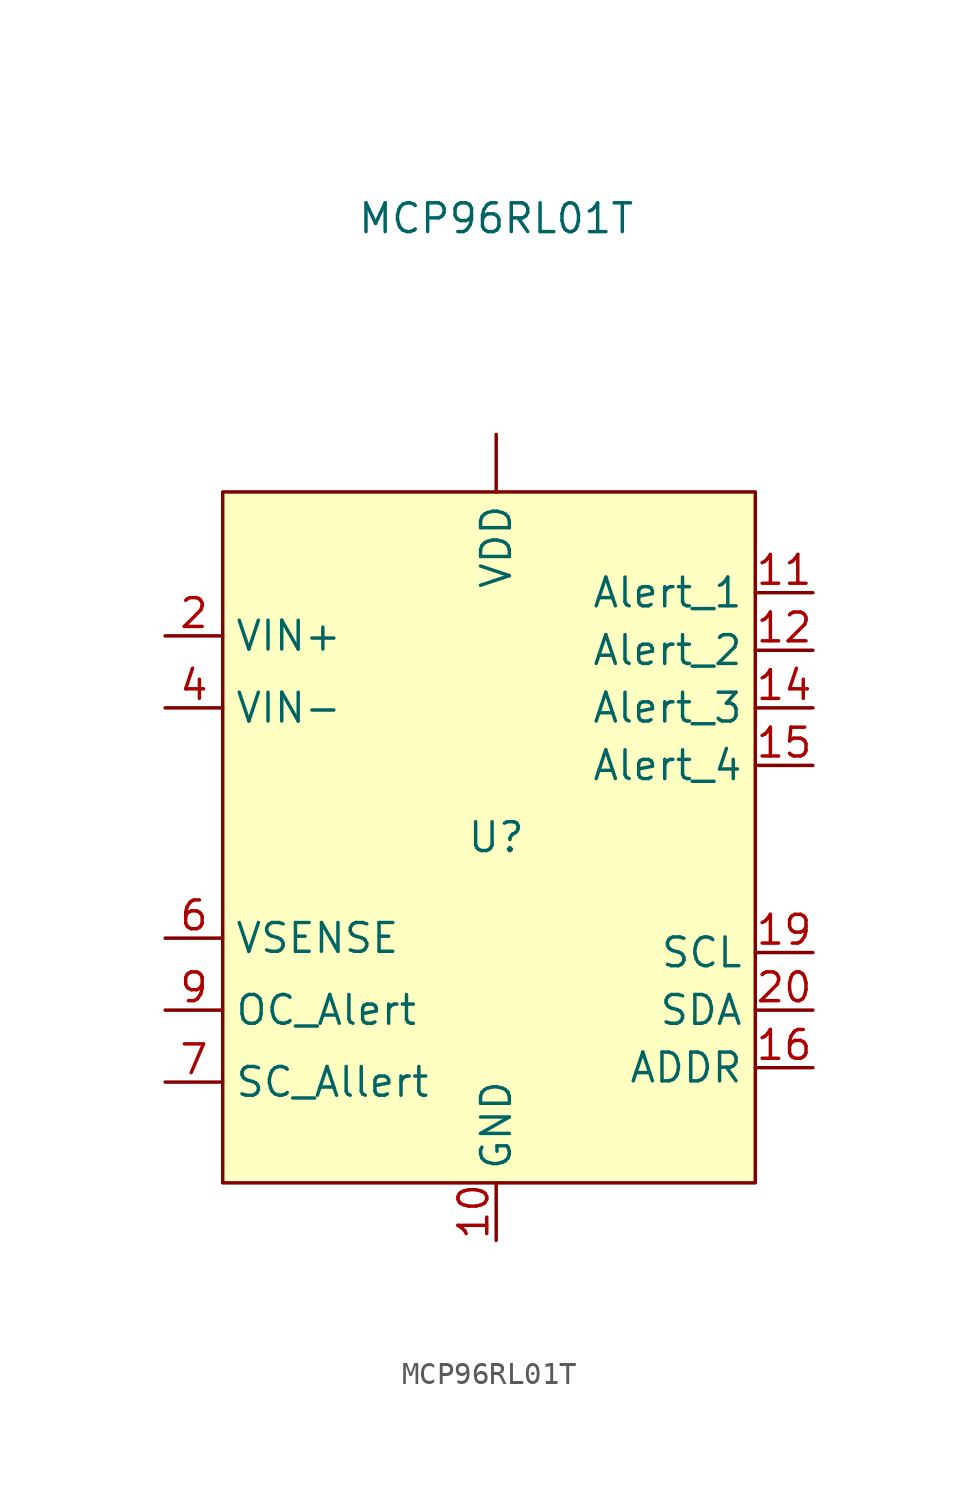
<source format=kicad_sym>
(kicad_symbol_lib
  (version 20210619)
  (generator kicad_symbol_editor)
  (symbol "MCP96RL01T:MCP96RL01T"
    (property "Reference" "U"
      (at 0 0 0)
      (effects (font (size 1.27 1.27))))
    (property "Value" "MCP96RL01T"
      (at 0 27.305 0)
      (effects (font (size 1.27 1.27))))
    (symbol "MCP96RL01T_0_1"
      (rectangle (start -12.065 15.24) (end 11.43 -15.24) (stroke (width 0.152)) (fill (type background))))
    (symbol "MCP96RL01T_1_1"
      (pin power_in line (at 0 17.78 270) (length 2.54) (name "VDD" (effects (font (size 1.27 1.27)))) (number "" (effects (font (size 1.27 1.27)))))
      (pin power_in line (at -7.62 -17.78 90) (length 2.54) hide (name "GND" (effects (font (size 1.27 1.27)))) (number "1" (effects (font (size 1.27 1.27)))))
      (pin power_in line (at 0 -17.78 90) (length 2.54) (name "GND" (effects (font (size 1.27 1.27)))) (number "10" (effects (font (size 1.27 1.27)))))
      (pin output line (at 13.97 10.795 180) (length 2.54) (name "Alert_1" (effects (font (size 1.27 1.27)))) (number "11" (effects (font (size 1.27 1.27)))))
      (pin output line (at 13.97 8.255 180) (length 2.54) (name "Alert_2" (effects (font (size 1.27 1.27)))) (number "12" (effects (font (size 1.27 1.27)))))
      (pin power_in line (at 2.54 -17.78 90) (length 2.54) hide (name "GND" (effects (font (size 1.27 1.27)))) (number "13" (effects (font (size 1.27 1.27)))))
      (pin output line (at 13.97 5.715 180) (length 2.54) (name "Alert_3" (effects (font (size 1.27 1.27)))) (number "14" (effects (font (size 1.27 1.27)))))
      (pin output line (at 13.97 3.175 180) (length 2.54) (name "Alert_4" (effects (font (size 1.27 1.27)))) (number "15" (effects (font (size 1.27 1.27)))))
      (pin input line (at 13.97 -10.16 180) (length 2.54) (name "ADDR" (effects (font (size 1.27 1.27)))) (number "16" (effects (font (size 1.27 1.27)))))
      (pin power_in line (at 5.08 -17.78 90) (length 2.54) hide (name "GND" (effects (font (size 1.27 1.27)))) (number "17" (effects (font (size 1.27 1.27)))))
      (pin power_in line (at 7.62 -17.78 90) (length 2.54) hide (name "GND" (effects (font (size 1.27 1.27)))) (number "18" (effects (font (size 1.27 1.27)))))
      (pin input line (at 13.97 -5.08 180) (length 2.54) (name "SCL" (effects (font (size 1.27 1.27)))) (number "19" (effects (font (size 1.27 1.27)))))
      (pin input line (at -14.605 8.89 0) (length 2.54) (name "VIN+" (effects (font (size 1.27 1.27)))) (number "2" (effects (font (size 1.27 1.27)))))
      (pin input line (at 13.97 -7.62 180) (length 2.54) (name "SDA" (effects (font (size 1.27 1.27)))) (number "20" (effects (font (size 1.27 1.27)))))
      (pin power_in line (at -5.08 -17.78 90) (length 2.54) hide (name "GND" (effects (font (size 1.27 1.27)))) (number "3" (effects (font (size 1.27 1.27)))))
      (pin input line (at -14.605 5.715 0) (length 2.54) (name "VIN-" (effects (font (size 1.27 1.27)))) (number "4" (effects (font (size 1.27 1.27)))))
      (pin power_in line (at -2.54 -17.78 90) (length 2.54) hide (name "GND" (effects (font (size 1.27 1.27)))) (number "5" (effects (font (size 1.27 1.27)))))
      (pin input line (at -14.605 -4.445 0) (length 2.54) (name "VSENSE" (effects (font (size 1.27 1.27)))) (number "6" (effects (font (size 1.27 1.27)))))
      (pin output line (at -14.605 -10.795 0) (length 2.54) (name "SC_Allert" (effects (font (size 1.27 1.27)))) (number "7" (effects (font (size 1.27 1.27)))))
      (pin output line (at -14.605 -7.62 0) (length 2.54) (name "OC_Alert" (effects (font (size 1.27 1.27)))) (number "9" (effects (font (size 1.27 1.27))))))))
</source>
